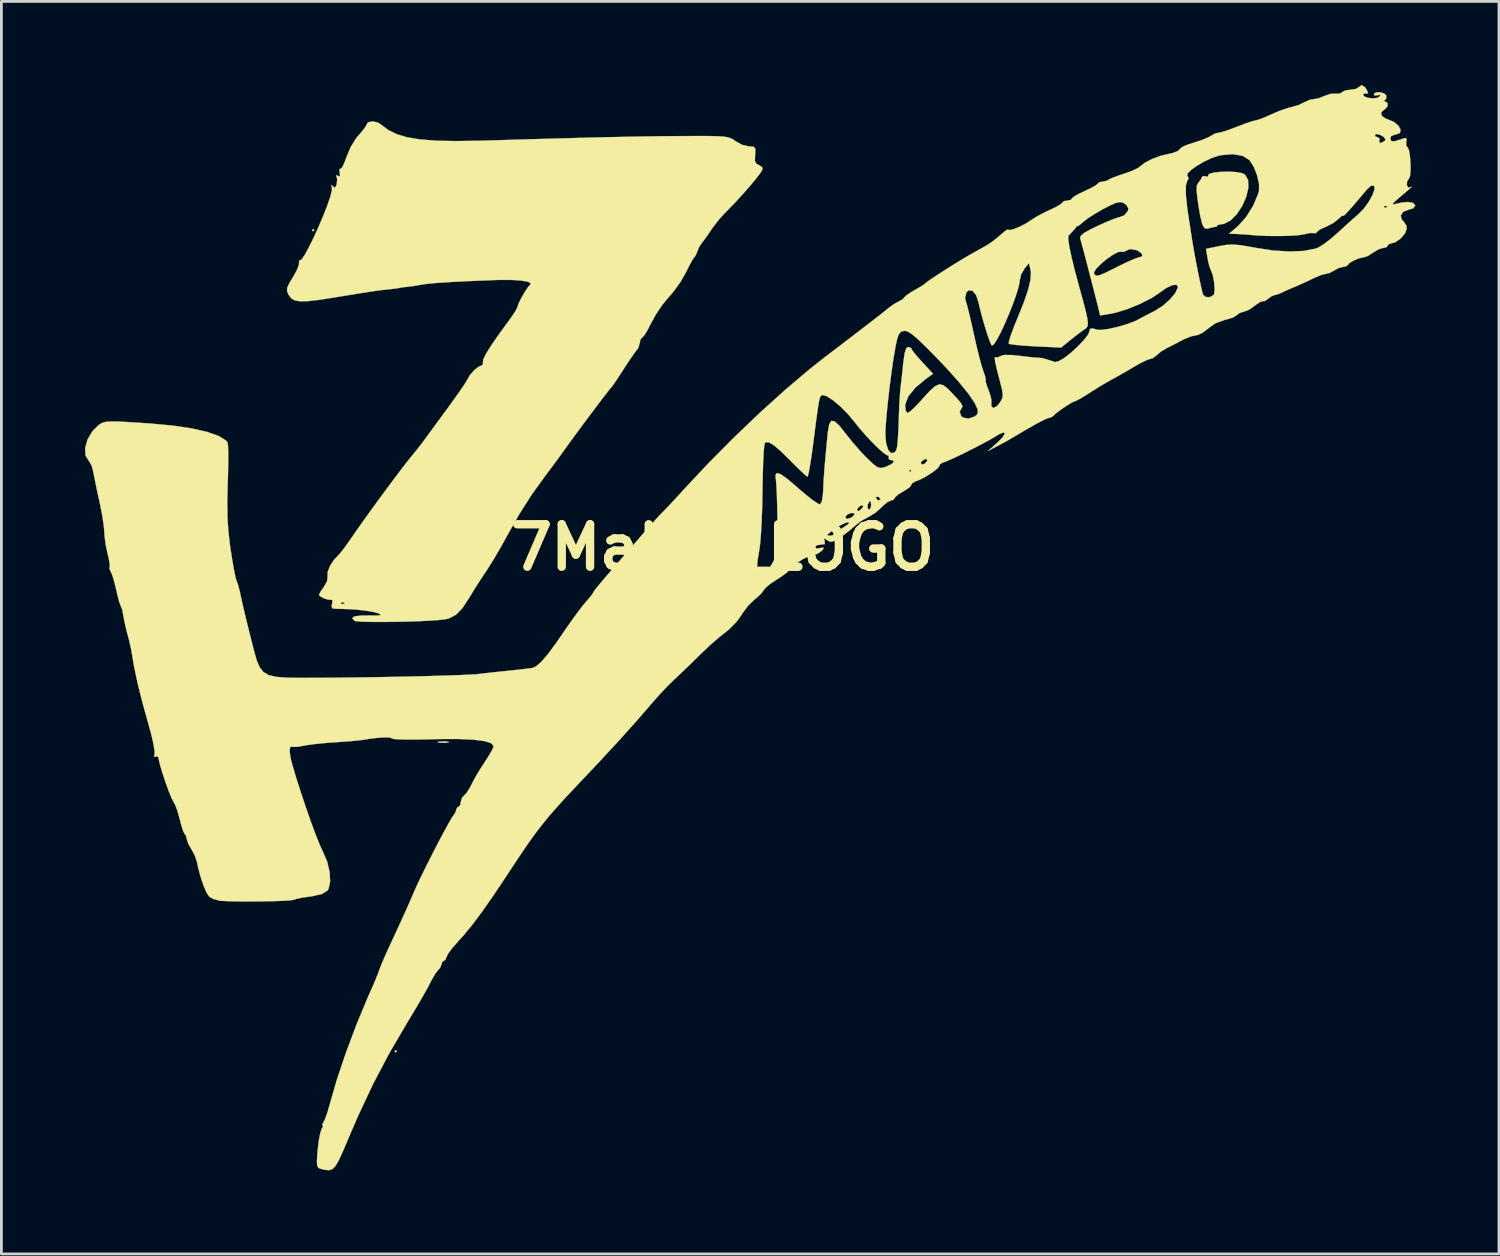
<source format=kicad_pcb>
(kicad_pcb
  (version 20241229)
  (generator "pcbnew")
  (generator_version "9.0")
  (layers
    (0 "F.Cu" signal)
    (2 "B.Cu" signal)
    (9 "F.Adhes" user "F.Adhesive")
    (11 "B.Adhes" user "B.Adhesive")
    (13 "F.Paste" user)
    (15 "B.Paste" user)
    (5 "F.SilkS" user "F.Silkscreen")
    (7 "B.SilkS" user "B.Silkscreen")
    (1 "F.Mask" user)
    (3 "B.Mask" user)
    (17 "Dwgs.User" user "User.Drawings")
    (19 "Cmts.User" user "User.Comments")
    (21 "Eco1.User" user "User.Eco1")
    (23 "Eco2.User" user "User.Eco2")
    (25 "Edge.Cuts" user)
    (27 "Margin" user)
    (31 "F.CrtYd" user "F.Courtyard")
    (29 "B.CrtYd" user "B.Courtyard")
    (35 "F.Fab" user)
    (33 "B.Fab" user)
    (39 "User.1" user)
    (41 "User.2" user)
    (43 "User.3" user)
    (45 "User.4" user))
  (footprint "7Maker_LOGO"
    (layer "F.Cu")
    (at 22.876 16.596)
    (property "Reference" "7Maker_LOGO" (at 0 0 0) (layer "F.SilkS") (effects (font (size 1.524 1.524) (thickness 0.3))))
    (attr through_hole)
    (fp_poly (pts (xy -14.647 -11.388) (xy -14.69 -11.345) (xy -14.732 -11.388) (xy -14.69 -11.43) (xy -14.647 -11.388)) (stroke (width 0.01) (type solid)) (fill yes) (layer "F.SilkS"))
    (fp_poly (pts (xy -11.684 18.076) (xy -11.726 18.119) (xy -11.769 18.076) (xy -11.726 18.034) (xy -11.684 18.076)) (stroke (width 0.01) (type solid)) (fill yes) (layer "F.SilkS"))
    (fp_poly (pts (xy -9.842 6.969) (xy -9.822 6.992) (xy -9.943 7.005) (xy -10.033 7.006) (xy -10.197 6.998) (xy -10.222 6.979) (xy -10.18 6.967) (xy -9.96 6.954) (xy -9.842 6.969)) (stroke (width 0.01) (type solid)) (fill yes) (layer "F.SilkS"))
    (fp_poly (pts (xy 18.402 -13.474) (xy 18.623 -13.438) (xy 18.741 -13.388) (xy 18.857 -13.191) (xy 18.868 -12.914) (xy 18.794 -12.592) (xy 18.651 -12.264) (xy 18.457 -11.967) (xy 18.231 -11.737) (xy 17.988 -11.612) (xy 17.89 -11.599) (xy 17.753 -11.571) (xy 17.738 -11.515) (xy 17.616 -11.496) (xy 17.386 -11.441) (xy 17.291 -11.46) (xy 17.212 -11.603) (xy 17.142 -11.888) (xy 17.086 -12.213) (xy 17.032 -12.595) (xy 17.01 -12.845) (xy 17.021 -12.995) (xy 17.064 -13.078) (xy 17.076 -13.09) (xy 17.174 -13.222) (xy 17.187 -13.278) (xy 17.25 -13.333) (xy 17.328 -13.318) (xy 17.423 -13.307) (xy 17.421 -13.342) (xy 17.455 -13.404) (xy 17.613 -13.45) (xy 17.853 -13.478) (xy 18.131 -13.486) (xy 18.402 -13.474)) (stroke (width 0.01) (type solid)) (fill yes) (layer "F.SilkS"))
    (fp_poly (pts (xy -12.368 -15.249) (xy -12.248 -15.173) (xy -11.995 -14.981) (xy -11.69 -14.831) (xy -11.313 -14.719) (xy -10.848 -14.642) (xy -10.274 -14.598) (xy -9.573 -14.584) (xy -8.727 -14.596) (xy -8.561 -14.6) (xy -7.37 -14.636) (xy -6.329 -14.666) (xy -5.418 -14.691) (xy -4.619 -14.712) (xy -3.91 -14.728) (xy -3.274 -14.741) (xy -2.69 -14.751) (xy -2.139 -14.758) (xy -1.602 -14.762) (xy -1.522 -14.763) (xy -0.936 -14.766) (xy -0.495 -14.765) (xy -0.174 -14.758) (xy 0.052 -14.743) (xy 0.208 -14.716) (xy 0.318 -14.677) (xy 0.407 -14.623) (xy 0.458 -14.584) (xy 0.695 -14.452) (xy 0.939 -14.394) (xy 0.952 -14.393) (xy 1.116 -14.381) (xy 1.178 -14.309) (xy 1.173 -14.128) (xy 1.168 -14.085) (xy 1.161 -13.868) (xy 1.221 -13.763) (xy 1.286 -13.736) (xy 1.415 -13.653) (xy 1.439 -13.588) (xy 1.384 -13.48) (xy 1.236 -13.278) (xy 1.017 -13.012) (xy 0.753 -12.709) (xy 0.468 -12.397) (xy 0.185 -12.105) (xy 0.112 -12.033) (xy -0.127 -11.771) (xy -0.357 -11.473) (xy -0.408 -11.398) (xy -0.563 -11.169) (xy -0.694 -10.991) (xy -0.735 -10.943) (xy -0.842 -10.777) (xy -0.895 -10.646) (xy -0.965 -10.48) (xy -1.016 -10.414) (xy -1.082 -10.32) (xy -1.192 -10.118) (xy -1.31 -9.879) (xy -1.508 -9.531) (xy -1.764 -9.176) (xy -1.921 -8.996) (xy -2.167 -8.699) (xy -2.41 -8.335) (xy -2.553 -8.07) (xy -2.689 -7.805) (xy -2.807 -7.614) (xy -2.882 -7.536) (xy -2.885 -7.535) (xy -2.949 -7.465) (xy -2.963 -7.372) (xy -3.017 -7.175) (xy -3.07 -7.097) (xy -3.164 -6.976) (xy -3.318 -6.753) (xy -3.504 -6.472) (xy -3.555 -6.392) (xy -3.735 -6.114) (xy -3.882 -5.895) (xy -3.971 -5.771) (xy -3.983 -5.757) (xy -4.057 -5.671) (xy -4.21 -5.475) (xy -4.423 -5.196) (xy -4.675 -4.861) (xy -4.948 -4.497) (xy -5.219 -4.13) (xy -5.47 -3.788) (xy -5.68 -3.497) (xy -5.729 -3.429) (xy -5.906 -3.184) (xy -6.135 -2.874) (xy -6.354 -2.582) (xy -6.849 -1.896) (xy -7.289 -1.205) (xy -7.725 -0.433) (xy -7.744 -0.397) (xy -7.965 0.001) (xy -8.208 0.415) (xy -8.432 0.773) (xy -8.499 0.873) (xy -8.717 1.203) (xy -8.934 1.545) (xy -9.087 1.799) (xy -9.333 2.174) (xy -9.565 2.413) (xy -9.815 2.543) (xy -9.934 2.572) (xy -10.163 2.6) (xy -10.501 2.624) (xy -10.917 2.644) (xy -11.376 2.659) (xy -11.846 2.668) (xy -12.294 2.671) (xy -12.686 2.668) (xy -12.99 2.658) (xy -13.173 2.64) (xy -13.206 2.629) (xy -13.29 2.536) (xy -13.212 2.473) (xy -12.972 2.441) (xy -12.679 2.439) (xy -12.403 2.441) (xy -12.277 2.429) (xy -12.281 2.398) (xy -12.361 2.358) (xy -12.574 2.301) (xy -12.903 2.252) (xy -13.295 2.216) (xy -13.696 2.201) (xy -13.828 2.201) (xy -13.994 2.185) (xy -14.031 2.107) (xy -14.012 2.032) (xy -14.005 1.976) (xy -13.688 1.976) (xy -13.676 2.026) (xy -13.631 2.032) (xy -13.562 2.001) (xy -13.575 1.976) (xy -13.675 1.965) (xy -13.688 1.976) (xy -14.005 1.976) (xy -13.996 1.903) (xy -14.027 1.877) (xy -14.165 1.868) (xy -14.336 1.81) (xy -14.459 1.734) (xy -14.478 1.699) (xy -14.43 1.592) (xy -14.314 1.423) (xy -14.301 1.406) (xy -14.193 1.216) (xy -14.17 1.06) (xy -14.173 1.05) (xy -14.168 0.872) (xy -14.075 0.64) (xy -13.924 0.419) (xy -13.84 0.336) (xy -13.723 0.209) (xy -13.551 -0.013) (xy -13.36 -0.283) (xy -13.353 -0.293) (xy -13.127 -0.62) (xy -12.841 -1.024) (xy -12.517 -1.473) (xy -12.178 -1.936) (xy -11.849 -2.38) (xy -11.552 -2.775) (xy -11.311 -3.087) (xy -11.176 -3.255) (xy -10.976 -3.499) (xy -10.798 -3.726) (xy -10.732 -3.815) (xy -10.627 -3.959) (xy -10.446 -4.207) (xy -10.212 -4.526) (xy -9.949 -4.884) (xy -9.898 -4.953) (xy -9.643 -5.305) (xy -9.423 -5.615) (xy -9.26 -5.855) (xy -9.173 -5.996) (xy -9.166 -6.011) (xy -9.059 -6.195) (xy -8.898 -6.375) (xy -8.737 -6.497) (xy -8.666 -6.519) (xy -8.593 -6.579) (xy -8.6 -6.632) (xy -8.586 -6.749) (xy -8.482 -6.96) (xy -8.284 -7.275) (xy -7.986 -7.703) (xy -7.724 -8.061) (xy -7.547 -8.309) (xy -7.419 -8.505) (xy -7.366 -8.61) (xy -7.366 -8.612) (xy -7.324 -8.744) (xy -7.221 -8.953) (xy -7.092 -9.176) (xy -6.973 -9.353) (xy -6.914 -9.414) (xy -6.879 -9.483) (xy -6.992 -9.539) (xy -7.234 -9.58) (xy -7.582 -9.602) (xy -8.017 -9.602) (xy -8.128 -9.599) (xy -9.004 -9.564) (xy -9.712 -9.529) (xy -10.252 -9.494) (xy -10.625 -9.459) (xy -10.795 -9.433) (xy -11.079 -9.384) (xy -11.303 -9.356) (xy -11.497 -9.334) (xy -11.599 -9.315) (xy -11.704 -9.295) (xy -11.906 -9.272) (xy -11.94 -9.268) (xy -12.14 -9.248) (xy -12.364 -9.22) (xy -12.642 -9.18) (xy -13.005 -9.123) (xy -13.482 -9.046) (xy -13.928 -8.972) (xy -14.466 -8.888) (xy -14.865 -8.841) (xy -15.148 -8.833) (xy -15.342 -8.865) (xy -15.471 -8.938) (xy -15.561 -9.053) (xy -15.565 -9.061) (xy -15.625 -9.194) (xy -15.622 -9.319) (xy -15.544 -9.488) (xy -15.418 -9.694) (xy -15.281 -9.938) (xy -15.202 -10.137) (xy -15.195 -10.226) (xy -15.197 -10.302) (xy -15.169 -10.296) (xy -15.098 -10.343) (xy -14.981 -10.518) (xy -14.833 -10.792) (xy -14.665 -11.134) (xy -14.493 -11.513) (xy -14.328 -11.9) (xy -14.186 -12.263) (xy -14.078 -12.573) (xy -14.019 -12.8) (xy -14.015 -12.899) (xy -14.036 -13.011) (xy -13.991 -12.973) (xy -13.985 -12.964) (xy -13.913 -12.905) (xy -13.857 -12.996) (xy -13.847 -13.027) (xy -13.826 -13.213) (xy -13.851 -13.305) (xy -13.862 -13.363) (xy -13.8 -13.335) (xy -13.725 -13.32) (xy -13.734 -13.439) (xy -13.737 -13.449) (xy -13.748 -13.573) (xy -13.713 -13.587) (xy -13.652 -13.636) (xy -13.567 -13.809) (xy -13.492 -14.017) (xy -13.347 -14.362) (xy -13.153 -14.678) (xy -13.063 -14.787) (xy -12.9 -14.975) (xy -12.799 -15.117) (xy -12.785 -15.156) (xy -12.718 -15.258) (xy -12.558 -15.289) (xy -12.368 -15.249)) (stroke (width 0.01) (type solid)) (fill yes) (layer "F.SilkS"))
    (fp_poly (pts (xy 23.058 -16.51) (xy 23.119 -16.415) (xy 23.166 -16.295) (xy 23.128 -16.289) (xy 23.015 -16.289) (xy 22.992 -16.264) (xy 23.016 -16.19) (xy 23.148 -16.138) (xy 23.327 -16.116) (xy 23.493 -16.134) (xy 23.567 -16.175) (xy 23.613 -16.248) (xy 23.521 -16.231) (xy 23.516 -16.229) (xy 23.394 -16.221) (xy 23.368 -16.259) (xy 23.434 -16.327) (xy 23.581 -16.338) (xy 23.736 -16.296) (xy 23.82 -16.219) (xy 23.808 -16.09) (xy 23.765 -16.056) (xy 23.713 -16.019) (xy 23.77 -16.009) (xy 23.864 -15.945) (xy 23.859 -15.825) (xy 23.762 -15.723) (xy 23.749 -15.717) (xy 23.632 -15.616) (xy 23.654 -15.49) (xy 23.801 -15.386) (xy 23.855 -15.369) (xy 24.089 -15.272) (xy 24.253 -15.135) (xy 24.331 -14.992) (xy 24.306 -14.875) (xy 24.162 -14.818) (xy 24.125 -14.817) (xy 23.991 -14.762) (xy 23.961 -14.69) (xy 23.991 -14.588) (xy 24.104 -14.573) (xy 24.331 -14.643) (xy 24.347 -14.649) (xy 24.504 -14.697) (xy 24.547 -14.657) (xy 24.53 -14.569) (xy 24.531 -14.422) (xy 24.573 -14.373) (xy 24.624 -14.279) (xy 24.662 -14.072) (xy 24.684 -13.809) (xy 24.688 -13.546) (xy 24.671 -13.339) (xy 24.633 -13.247) (xy 24.565 -13.147) (xy 24.553 -13.015) (xy 24.594 -12.921) (xy 24.659 -12.92) (xy 24.728 -12.953) (xy 24.698 -12.913) (xy 24.559 -12.789) (xy 24.3 -12.571) (xy 24.299 -12.57) (xy 24.104 -12.399) (xy 24.039 -12.318) (xy 24.097 -12.314) (xy 24.13 -12.324) (xy 24.38 -12.38) (xy 24.596 -12.4) (xy 24.791 -12.36) (xy 24.855 -12.267) (xy 24.782 -12.17) (xy 24.624 -12.124) (xy 24.427 -12.05) (xy 24.335 -11.915) (xy 24.371 -11.768) (xy 24.422 -11.719) (xy 24.534 -11.558) (xy 24.553 -11.457) (xy 24.485 -11.268) (xy 24.321 -11.077) (xy 24.124 -10.946) (xy 24.019 -10.922) (xy 23.896 -10.881) (xy 23.876 -10.837) (xy 23.806 -10.767) (xy 23.718 -10.753) (xy 23.542 -10.702) (xy 23.345 -10.583) (xy 23.159 -10.464) (xy 23.013 -10.414) (xy 23.012 -10.414) (xy 22.849 -10.38) (xy 22.654 -10.301) (xy 22.495 -10.208) (xy 22.437 -10.139) (xy 22.366 -10.085) (xy 22.284 -10.075) (xy 22.096 -10.026) (xy 21.966 -9.951) (xy 21.78 -9.851) (xy 21.662 -9.824) (xy 21.501 -9.786) (xy 21.271 -9.693) (xy 21.196 -9.657) (xy 20.889 -9.51) (xy 20.568 -9.369) (xy 20.532 -9.354) (xy 20.284 -9.248) (xy 20.083 -9.156) (xy 20.046 -9.137) (xy 19.878 -9.071) (xy 19.807 -9.059) (xy 19.677 -9.005) (xy 19.587 -8.932) (xy 19.46 -8.845) (xy 19.398 -8.842) (xy 19.3 -8.817) (xy 19.137 -8.708) (xy 19.095 -8.674) (xy 18.898 -8.536) (xy 18.728 -8.468) (xy 18.709 -8.467) (xy 18.531 -8.406) (xy 18.463 -8.346) (xy 18.319 -8.255) (xy 18.087 -8.181) (xy 18.023 -8.169) (xy 17.674 -8.041) (xy 17.433 -7.866) (xy 17.228 -7.708) (xy 17.034 -7.621) (xy 16.994 -7.616) (xy 16.797 -7.573) (xy 16.554 -7.473) (xy 16.51 -7.45) (xy 16.237 -7.305) (xy 15.972 -7.172) (xy 15.953 -7.162) (xy 15.738 -7.036) (xy 15.584 -6.907) (xy 15.583 -6.905) (xy 15.44 -6.795) (xy 15.36 -6.773) (xy 15.232 -6.732) (xy 15.012 -6.625) (xy 14.799 -6.505) (xy 14.499 -6.328) (xy 14.206 -6.161) (xy 14.055 -6.077) (xy 13.792 -5.932) (xy 13.554 -5.792) (xy 13.276 -5.618) (xy 13.062 -5.48) (xy 12.844 -5.347) (xy 12.686 -5.264) (xy 12.643 -5.249) (xy 12.537 -5.204) (xy 12.352 -5.091) (xy 12.143 -4.949) (xy 11.964 -4.814) (xy 11.87 -4.725) (xy 11.867 -4.72) (xy 11.77 -4.661) (xy 11.728 -4.657) (xy 11.593 -4.611) (xy 11.327 -4.476) (xy 10.938 -4.257) (xy 10.435 -3.96) (xy 10.329 -3.896) (xy 10.178 -3.81) (xy 9.95 -3.687) (xy 9.864 -3.641) (xy 9.525 -3.464) (xy 9.859 -3.761) (xy 10.051 -3.956) (xy 10.128 -4.086) (xy 10.092 -4.132) (xy 9.943 -4.077) (xy 9.845 -4.017) (xy 9.638 -3.893) (xy 9.347 -3.734) (xy 9.01 -3.559) (xy 8.662 -3.384) (xy 8.34 -3.23) (xy 8.081 -3.113) (xy 7.922 -3.052) (xy 7.897 -3.048) (xy 7.797 -2.983) (xy 7.789 -2.942) (xy 7.72 -2.844) (xy 7.546 -2.706) (xy 7.317 -2.558) (xy 7.08 -2.433) (xy 6.917 -2.371) (xy 6.795 -2.3) (xy 6.776 -2.25) (xy 6.716 -2.165) (xy 6.551 -2.051) (xy 6.485 -2.015) (xy 6.293 -1.898) (xy 6.188 -1.797) (xy 6.181 -1.776) (xy 6.112 -1.703) (xy 6.054 -1.693) (xy 5.92 -1.634) (xy 5.747 -1.488) (xy 5.708 -1.446) (xy 5.486 -1.248) (xy 5.24 -1.098) (xy 5.22 -1.089) (xy 4.964 -0.947) (xy 4.755 -0.782) (xy 4.556 -0.609) (xy 4.302 -0.418) (xy 4.226 -0.366) (xy 4.013 -0.238) (xy 3.88 -0.202) (xy 3.773 -0.248) (xy 3.752 -0.264) (xy 3.65 -0.336) (xy 3.646 -0.284) (xy 3.664 -0.234) (xy 3.671 -0.124) (xy 3.548 -0.107) (xy 3.541 -0.107) (xy 3.383 -0.083) (xy 3.328 -0.028) (xy 3.36 0.036) (xy 3.488 0.021) (xy 3.621 -0.003) (xy 3.614 0.051) (xy 3.567 0.112) (xy 3.401 0.229) (xy 3.29 0.254) (xy 3.117 0.301) (xy 2.882 0.417) (xy 2.645 0.566) (xy 2.466 0.712) (xy 2.406 0.792) (xy 2.315 0.892) (xy 2.122 1.036) (xy 1.945 1.149) (xy 1.708 1.306) (xy 1.537 1.45) (xy 1.481 1.524) (xy 1.387 1.653) (xy 1.211 1.816) (xy 1.152 1.861) (xy 0.926 2.077) (xy 0.722 2.348) (xy 0.684 2.412) (xy 0.506 2.66) (xy 0.254 2.918) (xy 0.102 3.042) (xy -0.146 3.24) (xy -0.456 3.511) (xy -0.769 3.806) (xy -0.853 3.888) (xy -1.148 4.179) (xy -1.442 4.463) (xy -1.685 4.692) (xy -1.742 4.745) (xy -1.971 4.968) (xy -2.245 5.258) (xy -2.489 5.534) (xy -3.062 6.197) (xy -3.715 6.925) (xy -4.403 7.668) (xy -4.642 7.922) (xy -5.167 8.476) (xy -5.596 8.933) (xy -5.948 9.32) (xy -6.246 9.662) (xy -6.509 9.986) (xy -6.759 10.316) (xy -7.017 10.679) (xy -7.302 11.1) (xy -7.637 11.606) (xy -7.763 11.798) (xy -8.227 12.493) (xy -8.624 13.061) (xy -8.971 13.525) (xy -9.284 13.906) (xy -9.482 14.125) (xy -9.69 14.361) (xy -9.841 14.563) (xy -9.905 14.69) (xy -9.906 14.696) (xy -9.954 14.805) (xy -9.991 14.817) (xy -10.068 14.884) (xy -10.075 14.933) (xy -10.135 15.084) (xy -10.195 15.149) (xy -10.303 15.284) (xy -10.433 15.506) (xy -10.484 15.608) (xy -10.588 15.808) (xy -10.762 16.116) (xy -10.983 16.495) (xy -11.231 16.909) (xy -11.333 17.077) (xy -11.962 18.153) (xy -12.533 19.238) (xy -13.076 20.392) (xy -13.42 21.188) (xy -13.615 21.65) (xy -13.764 21.976) (xy -13.885 22.187) (xy -13.996 22.302) (xy -14.117 22.343) (xy -14.265 22.33) (xy -14.425 22.292) (xy -14.505 22.256) (xy -14.546 22.175) (xy -14.555 22.013) (xy -14.537 21.732) (xy -14.526 21.605) (xy -14.487 21.28) (xy -14.436 21.016) (xy -14.385 20.862) (xy -14.378 20.852) (xy -14.331 20.76) (xy -14.351 20.743) (xy -14.363 20.693) (xy -14.327 20.637) (xy -14.26 20.503) (xy -14.175 20.261) (xy -14.107 20.024) (xy -13.846 19.117) (xy -13.513 18.126) (xy -13.13 17.105) (xy -12.717 16.112) (xy -12.592 15.833) (xy -12.466 15.543) (xy -12.363 15.286) (xy -12.318 15.161) (xy -12.257 14.999) (xy -12.141 14.727) (xy -11.99 14.389) (xy -11.877 14.145) (xy -11.572 13.486) (xy -11.325 12.943) (xy -11.145 12.531) (xy -11.091 12.404) (xy -10.978 12.147) (xy -10.818 11.809) (xy -10.626 11.419) (xy -10.417 11.005) (xy -10.206 10.596) (xy -10.007 10.221) (xy -9.836 9.908) (xy -9.707 9.686) (xy -9.635 9.584) (xy -9.631 9.581) (xy -9.573 9.484) (xy -9.567 9.433) (xy -9.519 9.325) (xy -9.483 9.313) (xy -9.413 9.243) (xy -9.398 9.148) (xy -9.347 8.978) (xy -9.288 8.915) (xy -9.18 8.799) (xy -9.055 8.598) (xy -9.031 8.551) (xy -8.923 8.339) (xy -8.814 8.144) (xy -8.674 7.916) (xy -8.471 7.603) (xy -8.445 7.564) (xy -8.311 7.344) (xy -8.227 7.178) (xy -8.213 7.129) (xy -8.295 7.025) (xy -8.539 6.947) (xy -8.937 6.895) (xy -9.484 6.87) (xy -10.172 6.872) (xy -10.418 6.879) (xy -10.89 6.889) (xy -11.296 6.891) (xy -11.61 6.884) (xy -11.803 6.869) (xy -11.853 6.851) (xy -11.93 6.819) (xy -12.13 6.813) (xy -12.411 6.832) (xy -12.73 6.873) (xy -12.869 6.897) (xy -13.046 6.92) (xy -13.341 6.948) (xy -13.703 6.975) (xy -13.884 6.987) (xy -14.281 7.017) (xy -14.654 7.055) (xy -14.942 7.095) (xy -15.022 7.111) (xy -15.248 7.15) (xy -15.399 7.154) (xy -15.42 7.148) (xy -15.51 7.149) (xy -15.536 7.29) (xy -15.499 7.555) (xy -15.446 7.765) (xy -15.301 8.254) (xy -15.131 8.786) (xy -14.95 9.327) (xy -14.769 9.843) (xy -14.6 10.301) (xy -14.454 10.667) (xy -14.344 10.908) (xy -14.336 10.922) (xy -14.186 11.272) (xy -14.099 11.642) (xy -14.08 11.982) (xy -14.135 12.243) (xy -14.173 12.306) (xy -14.37 12.431) (xy -14.726 12.513) (xy -14.79 12.521) (xy -15.074 12.562) (xy -15.293 12.608) (xy -15.379 12.639) (xy -15.492 12.659) (xy -15.738 12.675) (xy -16.08 12.688) (xy -16.482 12.697) (xy -16.907 12.7) (xy -17.318 12.699) (xy -17.679 12.692) (xy -17.953 12.68) (xy -18.053 12.67) (xy -18.276 12.608) (xy -18.413 12.532) (xy -18.513 12.385) (xy -18.627 12.12) (xy -18.738 11.785) (xy -18.828 11.431) (xy -18.853 11.305) (xy -18.937 11.047) (xy -19.058 10.826) (xy -19.171 10.629) (xy -19.219 10.471) (xy -19.219 10.469) (xy -19.259 10.328) (xy -19.29 10.296) (xy -19.345 10.196) (xy -19.416 9.981) (xy -19.473 9.762) (xy -19.552 9.474) (xy -19.637 9.242) (xy -19.691 9.144) (xy -19.763 9.008) (xy -19.865 8.759) (xy -19.979 8.445) (xy -20.089 8.116) (xy -20.178 7.821) (xy -20.229 7.609) (xy -20.235 7.554) (xy -20.286 7.485) (xy -20.334 7.502) (xy -20.398 7.506) (xy -20.38 7.425) (xy -20.38 7.288) (xy -20.423 7.032) (xy -20.5 6.698) (xy -20.566 6.458) (xy -20.805 5.599) (xy -20.985 4.883) (xy -21.11 4.297) (xy -21.164 3.979) (xy -21.221 3.652) (xy -21.289 3.342) (xy -21.323 3.217) (xy -21.404 2.916) (xy -21.467 2.625) (xy -21.508 2.402) (xy -21.535 2.253) (xy -21.537 2.244) (xy -21.593 2.093) (xy -21.604 2.074) (xy -21.648 1.951) (xy -21.71 1.717) (xy -21.764 1.482) (xy -21.835 1.193) (xy -21.907 0.965) (xy -21.955 0.866) (xy -22.004 0.748) (xy -21.992 0.713) (xy -21.987 0.612) (xy -22.022 0.403) (xy -22.064 0.228) (xy -22.134 -0.101) (xy -22.177 -0.428) (xy -22.183 -0.55) (xy -22.203 -0.789) (xy -22.255 -1.13) (xy -22.328 -1.514) (xy -22.357 -1.651) (xy -22.44 -2.029) (xy -22.513 -2.379) (xy -22.565 -2.644) (xy -22.576 -2.709) (xy -22.635 -2.933) (xy -22.718 -3.082) (xy -22.727 -3.09) (xy -22.856 -3.295) (xy -22.871 -3.573) (xy -22.783 -3.882) (xy -22.603 -4.181) (xy -22.4 -4.383) (xy -22.316 -4.444) (xy -22.226 -4.487) (xy -22.104 -4.513) (xy -21.925 -4.524) (xy -21.665 -4.519) (xy -21.298 -4.5) (xy -20.801 -4.467) (xy -20.489 -4.446) (xy -19.712 -4.373) (xy -19.043 -4.273) (xy -18.496 -4.149) (xy -18.084 -4.005) (xy -17.822 -3.843) (xy -17.763 -3.775) (xy -17.745 -3.663) (xy -17.736 -3.414) (xy -17.736 -3.056) (xy -17.744 -2.623) (xy -17.753 -2.33) (xy -17.77 -1.675) (xy -17.765 -1.13) (xy -17.736 -0.637) (xy -17.681 -0.138) (xy -17.656 0.042) (xy -17.593 0.448) (xy -17.531 0.8) (xy -17.478 1.059) (xy -17.44 1.187) (xy -17.384 1.343) (xy -17.318 1.593) (xy -17.287 1.738) (xy -17.234 1.981) (xy -17.15 2.341) (xy -17.046 2.773) (xy -16.932 3.229) (xy -16.919 3.283) (xy -16.81 3.715) (xy -16.715 4.048) (xy -16.611 4.294) (xy -16.475 4.466) (xy -16.284 4.578) (xy -16.017 4.641) (xy -15.649 4.67) (xy -15.16 4.677) (xy -14.525 4.675) (xy -14.478 4.675) (xy -13.881 4.671) (xy -13.226 4.664) (xy -12.538 4.654) (xy -11.841 4.641) (xy -11.159 4.627) (xy -10.516 4.611) (xy -9.936 4.594) (xy -9.443 4.578) (xy -9.062 4.561) (xy -8.817 4.546) (xy -8.763 4.54) (xy -8.556 4.515) (xy -8.243 4.48) (xy -7.887 4.442) (xy -7.832 4.437) (xy -7.504 4.403) (xy -7.24 4.374) (xy -7.085 4.355) (xy -7.07 4.353) (xy -6.913 4.333) (xy -6.848 4.328) (xy -6.698 4.269) (xy -6.507 4.105) (xy -6.264 3.822) (xy -5.96 3.41) (xy -5.718 3.058) (xy -5.472 2.702) (xy -5.233 2.371) (xy -5.033 2.107) (xy -4.92 1.972) (xy -4.761 1.788) (xy -4.658 1.651) (xy -4.644 1.624) (xy -4.623 1.583) (xy -4.575 1.515) (xy -4.488 1.406) (xy -4.35 1.24) (xy -4.148 1.003) (xy -3.932 0.752) (xy 1.235 0.752) (xy 1.251 0.954) (xy 1.263 0.987) (xy 1.338 0.98) (xy 1.428 0.959) (xy 1.562 0.864) (xy 1.719 0.673) (xy 1.787 0.565) (xy 1.867 0.416) (xy 1.922 0.272) (xy 1.956 0.098) (xy 1.973 -0.138) (xy 1.976 -0.43) (xy 3.77 -0.43) (xy 3.879 -0.423) (xy 4.054 -0.473) (xy 4.123 -0.538) (xy 4.247 -0.664) (xy 4.389 -0.756) (xy 4.52 -0.846) (xy 4.544 -0.903) (xy 4.441 -0.898) (xy 4.248 -0.809) (xy 4.009 -0.658) (xy 3.904 -0.58) (xy 3.772 -0.471) (xy 3.77 -0.43) (xy 1.976 -0.43) (xy 1.977 -0.471) (xy 1.972 -0.934) (xy 1.971 -1.016) (xy 1.97 -1.092) (xy 4.403 -1.092) (xy 4.458 -1.021) (xy 4.614 -1.073) (xy 4.654 -1.097) (xy 4.737 -1.187) (xy 4.73 -1.225) (xy 4.617 -1.241) (xy 4.476 -1.185) (xy 4.403 -1.095) (xy 4.403 -1.092) (xy 1.97 -1.092) (xy 1.964 -1.339) (xy 4.826 -1.339) (xy 4.874 -1.305) (xy 4.955 -1.356) (xy 4.999 -1.407) (xy 5.205 -1.407) (xy 5.257 -1.355) (xy 5.318 -1.426) (xy 5.334 -1.538) (xy 5.312 -1.658) (xy 5.275 -1.663) (xy 5.209 -1.538) (xy 5.205 -1.407) (xy 4.999 -1.407) (xy 5.044 -1.46) (xy 5.045 -1.502) (xy 4.951 -1.504) (xy 4.854 -1.419) (xy 4.826 -1.339) (xy 1.964 -1.339) (xy 1.962 -1.469) (xy 1.949 -1.872) (xy 1.935 -2.189) (xy 1.92 -2.386) (xy 1.915 -2.42) (xy 1.898 -2.601) (xy 1.952 -2.673) (xy 2.087 -2.63) (xy 2.315 -2.471) (xy 2.646 -2.191) (xy 2.696 -2.146) (xy 2.987 -1.896) (xy 3.238 -1.699) (xy 3.421 -1.576) (xy 3.5 -1.548) (xy 3.56 -1.646) (xy 3.585 -1.783) (xy 5.503 -1.783) (xy 5.565 -1.697) (xy 5.588 -1.693) (xy 5.67 -1.722) (xy 5.673 -1.731) (xy 5.613 -1.803) (xy 5.588 -1.82) (xy 5.51 -1.814) (xy 5.503 -1.783) (xy 3.585 -1.783) (xy 3.599 -1.859) (xy 3.608 -1.997) (xy 3.627 -2.405) (xy 3.652 -2.752) (xy 6.689 -2.752) (xy 6.731 -2.709) (xy 6.773 -2.752) (xy 6.731 -2.794) (xy 6.689 -2.752) (xy 3.652 -2.752) (xy 3.668 -2.967) (xy 3.734 -3.688) (xy 3.777 -4.128) (xy 3.824 -4.41) (xy 3.901 -4.544) (xy 4.021 -4.53) (xy 4.196 -4.367) (xy 4.405 -4.103) (xy 4.665 -3.777) (xy 4.969 -3.43) (xy 5.171 -3.219) (xy 5.398 -3.002) (xy 5.55 -2.887) (xy 5.672 -2.853) (xy 5.805 -2.879) (xy 5.844 -2.892) (xy 6.046 -2.983) (xy 6.104 -3.032) (xy 7.112 -3.032) (xy 7.162 -2.976) (xy 7.263 -3.011) (xy 7.344 -3.11) (xy 7.347 -3.117) (xy 7.32 -3.181) (xy 7.246 -3.166) (xy 7.13 -3.079) (xy 7.112 -3.032) (xy 6.104 -3.032) (xy 6.146 -3.068) (xy 6.124 -3.124) (xy 6.054 -3.133) (xy 5.962 -3.172) (xy 5.969 -3.217) (xy 5.958 -3.295) (xy 5.924 -3.302) (xy 5.818 -3.362) (xy 5.633 -3.52) (xy 5.4 -3.747) (xy 5.151 -4.011) (xy 5.107 -4.06) (xy 5.842 -4.06) (xy 5.869 -3.738) (xy 5.942 -3.507) (xy 6.044 -3.389) (xy 6.162 -3.405) (xy 6.235 -3.491) (xy 6.264 -3.615) (xy 6.29 -3.868) (xy 6.311 -4.209) (xy 6.321 -4.486) (xy 6.334 -4.899) (xy 6.352 -5.286) (xy 6.373 -5.592) (xy 6.385 -5.715) (xy 6.417 -5.983) (xy 6.455 -6.335) (xy 6.485 -6.625) (xy 6.532 -6.964) (xy 6.592 -7.15) (xy 6.657 -7.197) (xy 6.764 -7.159) (xy 6.776 -7.133) (xy 6.831 -7.043) (xy 6.972 -6.869) (xy 7.166 -6.652) (xy 7.554 -6.234) (xy 7.312 -6.063) (xy 6.922 -5.74) (xy 6.665 -5.424) (xy 6.555 -5.133) (xy 6.553 -5.096) (xy 6.572 -4.911) (xy 6.631 -4.828) (xy 6.637 -4.827) (xy 6.735 -4.887) (xy 6.907 -5.045) (xy 7.116 -5.267) (xy 7.138 -5.292) (xy 7.417 -5.6) (xy 7.62 -5.784) (xy 7.778 -5.857) (xy 7.92 -5.826) (xy 8.075 -5.704) (xy 8.143 -5.637) (xy 8.4 -5.365) (xy 8.551 -5.187) (xy 8.609 -5.078) (xy 8.591 -5.016) (xy 8.581 -5.008) (xy 8.509 -4.873) (xy 8.561 -4.719) (xy 8.624 -4.664) (xy 8.827 -4.625) (xy 9.047 -4.701) (xy 9.148 -4.789) (xy 9.162 -4.936) (xy 9.05 -5.185) (xy 8.815 -5.529) (xy 8.463 -5.961) (xy 7.999 -6.477) (xy 7.661 -6.829) (xy 7.286 -7.209) (xy 7.005 -7.479) (xy 6.8 -7.653) (xy 6.651 -7.747) (xy 6.542 -7.777) (xy 6.51 -7.776) (xy 6.396 -7.739) (xy 6.319 -7.643) (xy 6.257 -7.449) (xy 6.205 -7.197) (xy 6.131 -6.766) (xy 6.057 -6.253) (xy 5.986 -5.702) (xy 5.925 -5.157) (xy 5.877 -4.661) (xy 5.848 -4.258) (xy 5.842 -4.06) (xy 5.107 -4.06) (xy 4.914 -4.281) (xy 4.754 -4.483) (xy 4.506 -4.782) (xy 4.236 -5.055) (xy 3.973 -5.277) (xy 3.748 -5.425) (xy 3.59 -5.472) (xy 3.559 -5.463) (xy 3.528 -5.439) (xy 3.501 -5.396) (xy 3.475 -5.31) (xy 3.446 -5.161) (xy 3.41 -4.926) (xy 3.363 -4.582) (xy 3.301 -4.108) (xy 3.25 -3.704) (xy 3.192 -3.284) (xy 3.137 -2.931) (xy 3.09 -2.676) (xy 3.057 -2.549) (xy 3.049 -2.54) (xy 2.972 -2.597) (xy 2.807 -2.749) (xy 2.582 -2.969) (xy 2.455 -3.097) (xy 2.11 -3.438) (xy 1.855 -3.659) (xy 1.676 -3.769) (xy 1.558 -3.78) (xy 1.519 -3.754) (xy 1.497 -3.651) (xy 1.475 -3.406) (xy 1.457 -3.046) (xy 1.443 -2.598) (xy 1.434 -2.09) (xy 1.434 -2.043) (xy 1.424 -1.494) (xy 1.405 -0.967) (xy 1.379 -0.5) (xy 1.348 -0.13) (xy 1.317 0.095) (xy 1.258 0.45) (xy 1.235 0.752) (xy -3.932 0.752) (xy -3.869 0.679) (xy -3.502 0.254) (xy -3.135 -0.169) (xy -2.833 -0.516) (xy -2.564 -0.82) (xy -2.35 -1.059) (xy -2.214 -1.205) (xy -2.183 -1.236) (xy -2.085 -1.333) (xy -1.901 -1.527) (xy -1.658 -1.789) (xy -1.397 -2.074) (xy -0.517 -3.014) (xy 0.406 -3.945) (xy 1.342 -4.839) (xy 2.261 -5.669) (xy 3.134 -6.407) (xy 3.683 -6.84) (xy 4.316 -7.322) (xy 4.825 -7.711) (xy 5.224 -8.018) (xy 5.525 -8.25) (xy 5.741 -8.419) (xy 5.882 -8.533) (xy 5.951 -8.592) (xy 6.151 -8.735) (xy 6.311 -8.822) (xy 6.465 -8.91) (xy 6.504 -8.955) (xy 8.701 -8.955) (xy 8.726 -8.852) (xy 8.771 -8.704) (xy 8.841 -8.429) (xy 8.926 -8.067) (xy 9.016 -7.662) (xy 9.112 -7.235) (xy 9.21 -6.837) (xy 9.297 -6.516) (xy 9.357 -6.329) (xy 9.426 -6.131) (xy 9.446 -6.02) (xy 9.44 -6.011) (xy 9.443 -5.942) (xy 9.498 -5.768) (xy 9.53 -5.685) (xy 9.609 -5.463) (xy 9.646 -5.308) (xy 9.646 -5.283) (xy 9.644 -5.075) (xy 9.721 -5.004) (xy 9.853 -5.078) (xy 9.958 -5.21) (xy 10.031 -5.34) (xy 10.056 -5.469) (xy 10.033 -5.65) (xy 9.961 -5.938) (xy 9.958 -5.951) (xy 9.843 -6.396) (xy 9.78 -6.685) (xy 9.768 -6.824) (xy 9.795 -6.828) (xy 9.895 -6.827) (xy 9.957 -6.865) (xy 10.103 -6.91) (xy 10.385 -6.907) (xy 10.685 -6.875) (xy 11.154 -6.82) (xy 11.476 -6.798) (xy 11.885 -6.672) (xy 11.921 -6.65) (xy 12.066 -6.689) (xy 12.071 -6.691) (xy 12.261 -6.8) (xy 12.5 -6.988) (xy 12.748 -7.215) (xy 12.966 -7.444) (xy 13.114 -7.638) (xy 13.155 -7.73) (xy 13.193 -7.848) (xy 13.292 -7.862) (xy 13.435 -7.814) (xy 13.596 -7.807) (xy 13.864 -7.846) (xy 14.187 -7.92) (xy 14.513 -8.015) (xy 14.79 -8.119) (xy 14.891 -8.168) (xy 15.098 -8.279) (xy 15.375 -8.423) (xy 15.521 -8.497) (xy 15.802 -8.676) (xy 16.057 -8.903) (xy 16.249 -9.137) (xy 16.339 -9.336) (xy 16.341 -9.364) (xy 16.28 -9.432) (xy 16.124 -9.408) (xy 15.911 -9.306) (xy 15.706 -9.16) (xy 15.398 -8.954) (xy 14.986 -8.744) (xy 14.536 -8.559) (xy 14.109 -8.427) (xy 13.971 -8.398) (xy 13.731 -8.356) (xy 13.577 -8.332) (xy 13.546 -8.33) (xy 13.525 -8.425) (xy 13.47 -8.651) (xy 13.389 -8.973) (xy 13.291 -9.357) (xy 13.184 -9.771) (xy 13.159 -9.868) (xy 13.326 -9.868) (xy 13.331 -9.828) (xy 13.376 -9.77) (xy 13.44 -9.75) (xy 13.553 -9.778) (xy 13.745 -9.863) (xy 14.048 -10.013) (xy 14.173 -10.076) (xy 14.486 -10.228) (xy 14.75 -10.345) (xy 14.922 -10.408) (xy 14.956 -10.414) (xy 15.063 -10.453) (xy 15.044 -10.542) (xy 14.916 -10.642) (xy 14.849 -10.672) (xy 14.623 -10.711) (xy 14.514 -10.663) (xy 14.38 -10.604) (xy 14.327 -10.615) (xy 14.205 -10.605) (xy 14.012 -10.507) (xy 13.788 -10.353) (xy 13.573 -10.174) (xy 13.405 -10.002) (xy 13.326 -9.868) (xy 13.159 -9.868) (xy 13.078 -10.179) (xy 12.981 -10.55) (xy 12.901 -10.848) (xy 12.848 -11.041) (xy 12.832 -11.094) (xy 12.848 -11.179) (xy 12.97 -11.285) (xy 13.22 -11.425) (xy 13.455 -11.538) (xy 13.772 -11.681) (xy 14.038 -11.789) (xy 14.212 -11.848) (xy 14.245 -11.853) (xy 14.419 -11.922) (xy 14.544 -12.078) (xy 14.563 -12.164) (xy 14.496 -12.284) (xy 14.392 -12.362) (xy 14.274 -12.396) (xy 14.121 -12.369) (xy 13.892 -12.269) (xy 13.651 -12.143) (xy 13.353 -11.97) (xy 13.098 -11.806) (xy 12.938 -11.682) (xy 12.93 -11.673) (xy 12.787 -11.553) (xy 12.699 -11.515) (xy 12.656 -11.452) (xy 12.442 -11.217) (xy 12.409 -11.184) (xy 12.404 -11.06) (xy 12.443 -10.796) (xy 12.523 -10.416) (xy 12.639 -9.942) (xy 12.785 -9.398) (xy 12.929 -8.877) (xy 13.029 -8.495) (xy 13.088 -8.228) (xy 13.11 -8.052) (xy 13.098 -7.942) (xy 13.056 -7.876) (xy 13.005 -7.84) (xy 12.85 -7.733) (xy 12.629 -7.565) (xy 12.499 -7.461) (xy 12.15 -7.175) (xy 11.235 -7.218) (xy 10.858 -7.24) (xy 10.547 -7.267) (xy 10.337 -7.294) (xy 10.269 -7.313) (xy 10.279 -7.408) (xy 10.345 -7.622) (xy 10.457 -7.923) (xy 10.567 -8.191) (xy 10.806 -8.783) (xy 10.965 -9.248) (xy 11.05 -9.605) (xy 11.065 -9.873) (xy 11.048 -9.981) (xy 10.992 -10.202) (xy 10.83 -10.002) (xy 10.711 -9.791) (xy 10.668 -9.603) (xy 10.638 -9.41) (xy 10.557 -9.127) (xy 10.438 -8.786) (xy 10.294 -8.418) (xy 10.138 -8.053) (xy 9.984 -7.723) (xy 9.844 -7.457) (xy 9.733 -7.288) (xy 9.662 -7.244) (xy 9.659 -7.248) (xy 9.602 -7.365) (xy 9.517 -7.602) (xy 9.418 -7.915) (xy 9.318 -8.26) (xy 9.231 -8.594) (xy 9.183 -8.804) (xy 9.093 -9.064) (xy 8.968 -9.213) (xy 8.834 -9.229) (xy 8.754 -9.16) (xy 8.701 -8.955) (xy 6.504 -8.955) (xy 6.519 -8.973) (xy 6.587 -9.042) (xy 6.758 -9.158) (xy 6.879 -9.228) (xy 7.098 -9.355) (xy 7.248 -9.454) (xy 7.281 -9.482) (xy 7.374 -9.557) (xy 7.577 -9.695) (xy 7.853 -9.876) (xy 8.168 -10.077) (xy 8.486 -10.274) (xy 8.771 -10.444) (xy 8.906 -10.522) (xy 9.173 -10.671) (xy 9.411 -10.805) (xy 9.489 -10.849) (xy 9.685 -10.981) (xy 9.915 -11.165) (xy 9.97 -11.214) (xy 10.134 -11.352) (xy 10.232 -11.414) (xy 10.245 -11.409) (xy 10.31 -11.388) (xy 10.476 -11.434) (xy 10.694 -11.526) (xy 10.917 -11.645) (xy 11.049 -11.733) (xy 11.276 -11.877) (xy 11.576 -12.036) (xy 11.748 -12.116) (xy 11.988 -12.231) (xy 12.15 -12.33) (xy 12.192 -12.377) (xy 12.263 -12.433) (xy 12.361 -12.446) (xy 12.499 -12.476) (xy 12.531 -12.519) (xy 12.602 -12.588) (xy 12.742 -12.668) (xy 16.624 -12.668) (xy 16.672 -12.199) (xy 16.722 -11.853) (xy 16.752 -11.663) (xy 16.798 -11.369) (xy 16.846 -11.049) (xy 16.902 -10.712) (xy 16.977 -10.304) (xy 17.061 -9.878) (xy 17.142 -9.486) (xy 17.211 -9.182) (xy 17.237 -9.081) (xy 17.333 -8.991) (xy 17.488 -8.985) (xy 17.618 -9.059) (xy 17.639 -9.097) (xy 17.657 -9.27) (xy 17.638 -9.523) (xy 17.59 -9.775) (xy 17.528 -9.943) (xy 17.524 -9.948) (xy 17.471 -10.081) (xy 17.416 -10.306) (xy 17.404 -10.374) (xy 17.348 -10.716) (xy 17.826 -10.816) (xy 18.081 -10.86) (xy 18.322 -10.871) (xy 18.6 -10.846) (xy 18.97 -10.784) (xy 19.137 -10.752) (xy 19.762 -10.657) (xy 20.351 -10.621) (xy 20.866 -10.643) (xy 21.27 -10.723) (xy 21.378 -10.764) (xy 21.567 -10.88) (xy 21.822 -11.074) (xy 22.088 -11.306) (xy 22.098 -11.315) (xy 22.367 -11.563) (xy 22.626 -11.795) (xy 22.818 -11.961) (xy 23.009 -12.157) (xy 23.075 -12.248) (xy 23.735 -12.248) (xy 23.747 -12.198) (xy 23.791 -12.192) (xy 23.861 -12.223) (xy 23.848 -12.248) (xy 23.747 -12.259) (xy 23.735 -12.248) (xy 23.075 -12.248) (xy 23.184 -12.4) (xy 23.321 -12.647) (xy 23.394 -12.854) (xy 23.379 -12.977) (xy 23.379 -12.977) (xy 23.27 -12.981) (xy 23.13 -12.858) (xy 22.79 -12.456) (xy 22.545 -12.172) (xy 22.384 -11.995) (xy 22.295 -11.91) (xy 22.267 -11.906) (xy 22.267 -11.906) (xy 22.219 -11.899) (xy 22.103 -11.793) (xy 22.101 -11.791) (xy 21.905 -11.639) (xy 21.654 -11.511) (xy 21.635 -11.504) (xy 21.441 -11.416) (xy 21.34 -11.335) (xy 21.336 -11.321) (xy 21.275 -11.275) (xy 21.23 -11.283) (xy 21.079 -11.285) (xy 20.87 -11.24) (xy 20.673 -11.208) (xy 20.356 -11.186) (xy 19.97 -11.177) (xy 19.562 -11.18) (xy 19.184 -11.196) (xy 18.965 -11.215) (xy 18.726 -11.235) (xy 18.465 -11.25) (xy 18.176 -11.261) (xy 18.493 -11.532) (xy 18.782 -11.851) (xy 19.04 -12.264) (xy 19.221 -12.695) (xy 19.249 -12.797) (xy 19.251 -13.044) (xy 19.179 -13.36) (xy 19.057 -13.67) (xy 18.909 -13.901) (xy 18.663 -14.054) (xy 18.309 -14.115) (xy 17.885 -14.078) (xy 17.796 -14.058) (xy 17.547 -13.975) (xy 17.277 -13.847) (xy 17.02 -13.697) (xy 16.811 -13.547) (xy 16.684 -13.421) (xy 16.673 -13.339) (xy 16.679 -13.335) (xy 16.726 -13.246) (xy 16.675 -13.161) (xy 16.626 -12.992) (xy 16.624 -12.668) (xy 12.742 -12.668) (xy 12.788 -12.694) (xy 12.996 -12.792) (xy 13.243 -12.909) (xy 13.412 -13.008) (xy 13.462 -13.058) (xy 13.532 -13.113) (xy 13.614 -13.123) (xy 13.789 -13.16) (xy 13.847 -13.195) (xy 13.967 -13.257) (xy 14.195 -13.343) (xy 14.409 -13.413) (xy 14.688 -13.513) (xy 14.907 -13.618) (xy 14.995 -13.685) (xy 15.157 -13.809) (xy 15.413 -13.941) (xy 15.694 -14.048) (xy 15.875 -14.092) (xy 16.149 -14.154) (xy 16.348 -14.234) (xy 16.425 -14.315) (xy 16.425 -14.316) (xy 16.5 -14.376) (xy 16.693 -14.458) (xy 16.912 -14.528) (xy 17.198 -14.621) (xy 17.428 -14.716) (xy 17.526 -14.773) (xy 17.605 -14.815) (xy 23.409 -14.815) (xy 23.429 -14.743) (xy 23.487 -14.732) (xy 23.577 -14.678) (xy 23.568 -14.604) (xy 23.566 -14.515) (xy 23.655 -14.528) (xy 23.772 -14.601) (xy 23.791 -14.636) (xy 23.728 -14.731) (xy 23.59 -14.811) (xy 23.456 -14.839) (xy 23.409 -14.815) (xy 17.605 -14.815) (xy 17.696 -14.863) (xy 17.78 -14.877) (xy 17.919 -14.907) (xy 18.161 -14.986) (xy 18.456 -15.097) (xy 18.464 -15.1) (xy 18.755 -15.212) (xy 18.992 -15.292) (xy 19.123 -15.325) (xy 19.125 -15.325) (xy 19.255 -15.359) (xy 19.479 -15.447) (xy 19.675 -15.535) (xy 19.98 -15.665) (xy 20.273 -15.767) (xy 20.411 -15.802) (xy 20.663 -15.875) (xy 20.866 -15.971) (xy 20.868 -15.973) (xy 21.074 -16.065) (xy 21.207 -16.087) (xy 21.407 -16.126) (xy 21.607 -16.207) (xy 21.826 -16.281) (xy 22 -16.284) (xy 22.159 -16.289) (xy 22.22 -16.333) (xy 22.339 -16.4) (xy 22.521 -16.425) (xy 22.715 -16.452) (xy 22.818 -16.51) (xy 22.931 -16.591) (xy 23.058 -16.51)) (stroke (width 0.01) (type solid)) (fill yes) (layer "F.SilkS")))
  (gr_rect
    (start -3 -3)
    (end 50.736 41.944)
    (stroke (width 0.1) (type default))
    (fill no)
    (layer "Edge.Cuts")))
</source>
